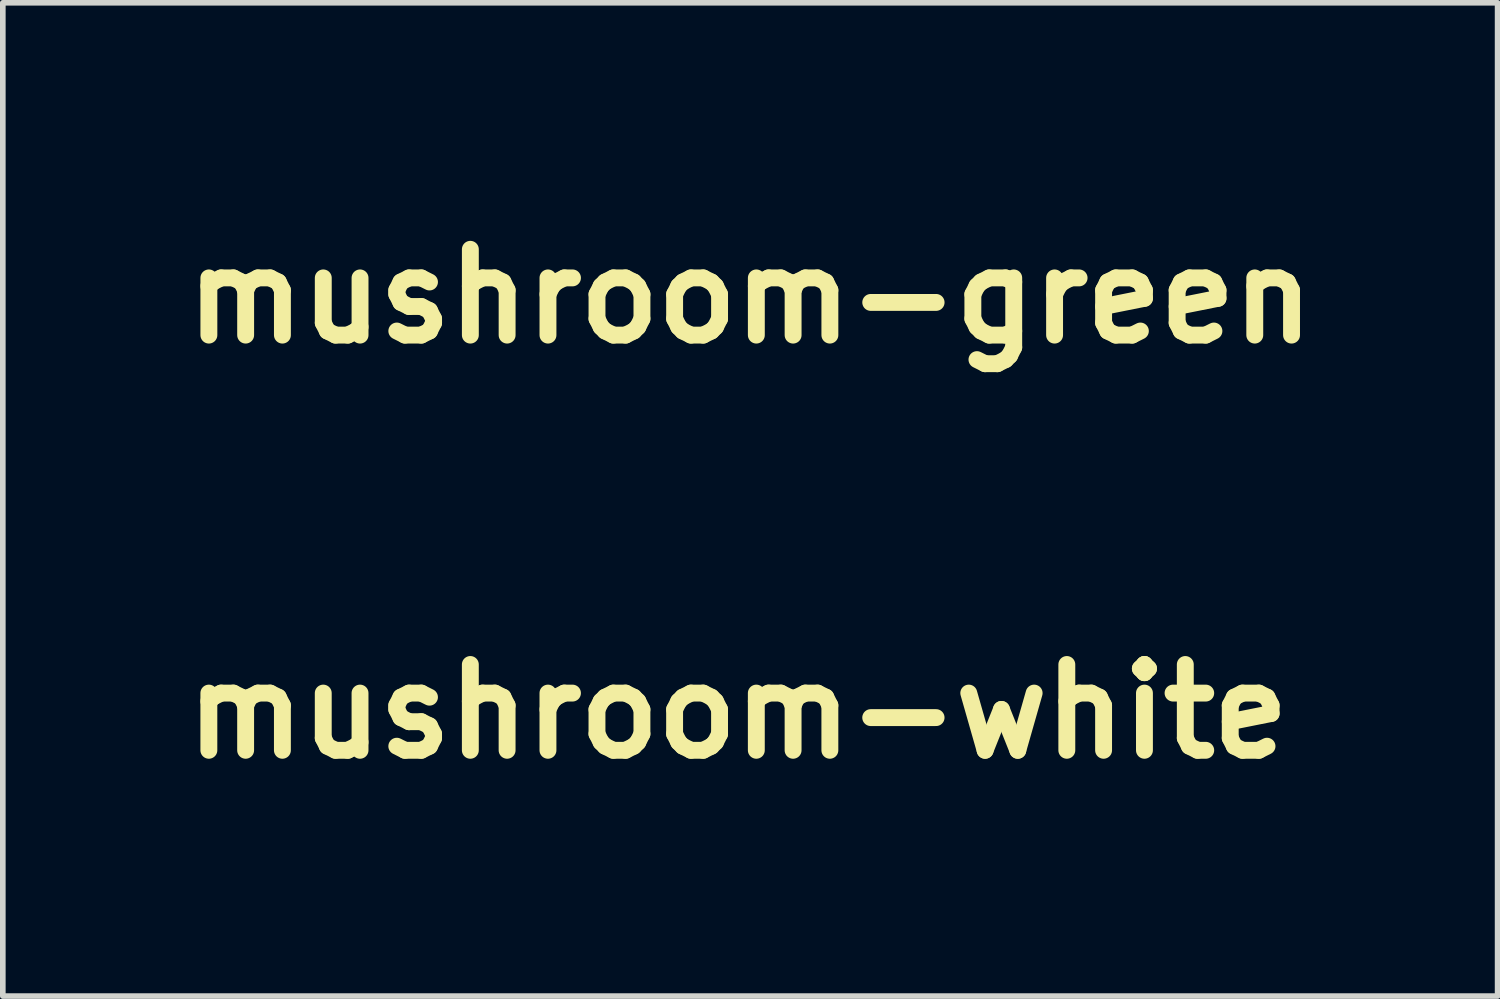
<source format=kicad_pcb>
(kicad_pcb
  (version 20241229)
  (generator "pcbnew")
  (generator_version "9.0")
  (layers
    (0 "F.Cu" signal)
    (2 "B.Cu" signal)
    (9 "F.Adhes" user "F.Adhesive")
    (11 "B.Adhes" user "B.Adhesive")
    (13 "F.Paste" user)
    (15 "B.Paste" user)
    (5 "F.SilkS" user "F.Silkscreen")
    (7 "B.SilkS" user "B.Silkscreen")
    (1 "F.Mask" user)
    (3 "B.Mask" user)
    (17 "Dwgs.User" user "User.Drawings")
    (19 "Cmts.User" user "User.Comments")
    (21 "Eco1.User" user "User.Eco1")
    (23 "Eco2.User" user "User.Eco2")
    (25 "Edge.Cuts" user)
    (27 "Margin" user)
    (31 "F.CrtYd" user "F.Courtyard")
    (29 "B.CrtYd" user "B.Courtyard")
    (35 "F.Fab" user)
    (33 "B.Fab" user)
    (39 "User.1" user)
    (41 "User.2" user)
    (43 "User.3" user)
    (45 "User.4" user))
  (footprint "mushroom-green"
    (layer "F.Cu")
    (at 10.276 2.213)
    (property "Reference" "mushroom-green" (at 0 0 0) (layer "F.SilkS") (effects (font (size 1.524 1.524) (thickness 0.3))))
    (attr through_hole)
    (fp_poly (pts (xy 0.381 -2.2) (xy 0.602 -2.174) (xy 0.781 -2.133) (xy 1.037 -2.042) (xy 1.273 -1.924) (xy 1.501 -1.774) (xy 1.69 -1.621) (xy 1.873 -1.439) (xy 2.026 -1.237) (xy 2.151 -1.009) (xy 2.251 -0.753) (xy 2.327 -0.465) (xy 2.366 -0.254) (xy 2.377 -0.154) (xy 2.385 -0.02) (xy 2.39 0.137) (xy 2.392 0.306) (xy 2.391 0.478) (xy 2.387 0.641) (xy 2.381 0.785) (xy 2.371 0.901) (xy 2.367 0.934) (xy 2.343 1.064) (xy 2.313 1.158) (xy 2.267 1.224) (xy 2.2 1.273) (xy 2.103 1.31) (xy 2.022 1.333) (xy 1.951 1.353) (xy 1.9 1.373) (xy 1.864 1.402) (xy 1.84 1.445) (xy 1.826 1.51) (xy 1.817 1.604) (xy 1.811 1.734) (xy 1.809 1.773) (xy 1.801 1.931) (xy 1.789 2.052) (xy 1.773 2.144) (xy 1.749 2.213) (xy 1.717 2.267) (xy 1.675 2.314) (xy 1.673 2.315) (xy 1.612 2.356) (xy 1.539 2.385) (xy 1.532 2.387) (xy 1.495 2.39) (xy 1.418 2.394) (xy 1.305 2.397) (xy 1.16 2.399) (xy 0.987 2.402) (xy 0.79 2.404) (xy 0.574 2.405) (xy 0.341 2.406) (xy 0.097 2.407) (xy 0.066 2.407) (xy -0.215 2.407) (xy -0.456 2.407) (xy -0.659 2.406) (xy -0.828 2.406) (xy -0.967 2.404) (xy -1.078 2.403) (xy -1.166 2.4) (xy -1.233 2.397) (xy -1.284 2.393) (xy -1.32 2.388) (xy -1.346 2.382) (xy -1.366 2.374) (xy -1.382 2.366) (xy -1.385 2.364) (xy -1.464 2.3) (xy -1.53 2.211) (xy -1.585 2.093) (xy -1.63 1.941) (xy -1.669 1.75) (xy -1.68 1.679) (xy -1.699 1.555) (xy -1.717 1.468) (xy -1.738 1.41) (xy -1.766 1.375) (xy -1.805 1.354) (xy -1.859 1.342) (xy -1.874 1.339) (xy -1.976 1.304) (xy -2.074 1.239) (xy -2.154 1.154) (xy -2.187 1.097) (xy -2.222 0.987) (xy -2.248 0.841) (xy -2.264 0.667) (xy -2.271 0.472) (xy -2.269 0.265) (xy -2.258 0.052) (xy -2.239 -0.159) (xy -2.211 -0.36) (xy -2.176 -0.543) (xy -2.14 -0.675) (xy -2.098 -0.793) (xy -2.038 -0.931) (xy -1.968 -1.076) (xy -1.896 -1.21) (xy -1.829 -1.32) (xy -1.826 -1.325) (xy -1.666 -1.523) (xy -1.472 -1.704) (xy -1.25 -1.863) (xy -1.009 -1.993) (xy -0.806 -2.074) (xy -0.593 -2.132) (xy -0.357 -2.174) (xy -0.109 -2.2) (xy 0.141 -2.208) (xy 0.381 -2.2)) (stroke (width 0.01) (type solid)) (fill no) (layer "Eco1.User")))
  (footprint "mushroom-white"
    (layer "F.Cu")
    (at 10.058 9.588)
    (property "Reference" "mushroom-white" (at 0 0 0) (layer "F.SilkS") (effects (font (size 1.524 1.524) (thickness 0.3))))
    (attr through_hole)
    (fp_poly (pts (xy -0.407 -1.943) (xy -0.35 -1.899) (xy -0.318 -1.82) (xy -0.309 -1.711) (xy -0.325 -1.541) (xy -0.37 -1.4) (xy -0.444 -1.291) (xy -0.547 -1.214) (xy -0.627 -1.182) (xy -0.739 -1.158) (xy -0.863 -1.143) (xy -0.985 -1.138) (xy -1.087 -1.143) (xy -1.133 -1.152) (xy -1.202 -1.183) (xy -1.274 -1.231) (xy -1.293 -1.247) (xy -1.343 -1.303) (xy -1.365 -1.355) (xy -1.369 -1.409) (xy -1.365 -1.462) (xy -1.348 -1.504) (xy -1.31 -1.55) (xy -1.262 -1.594) (xy -1.178 -1.658) (xy -1.064 -1.729) (xy -0.933 -1.799) (xy -0.797 -1.863) (xy -0.67 -1.913) (xy -0.605 -1.933) (xy -0.491 -1.954) (xy -0.407 -1.943)) (stroke (width 0.01) (type solid)) (fill no) (layer "Eco1.User"))
    (fp_poly (pts (xy -1.453 -1.084) (xy -1.359 -1.025) (xy -1.283 -0.928) (xy -1.226 -0.793) (xy -1.19 -0.623) (xy -1.174 -0.418) (xy -1.175 -0.242) (xy -1.186 -0.089) (xy -1.205 0.031) (xy -1.239 0.123) (xy -1.293 0.191) (xy -1.371 0.24) (xy -1.479 0.275) (xy -1.621 0.301) (xy -1.779 0.319) (xy -1.874 0.323) (xy -1.935 0.313) (xy -1.951 0.304) (xy -1.988 0.256) (xy -2.011 0.177) (xy -2.019 0.064) (xy -2.013 -0.087) (xy -2.008 -0.144) (xy -1.984 -0.346) (xy -1.952 -0.517) (xy -1.909 -0.669) (xy -1.852 -0.815) (xy -1.843 -0.833) (xy -1.784 -0.95) (xy -1.73 -1.031) (xy -1.673 -1.079) (xy -1.61 -1.101) (xy -1.566 -1.104) (xy -1.453 -1.084)) (stroke (width 0.01) (type solid)) (fill no) (layer "Eco1.User"))
    (fp_poly (pts (xy 0.515 -1.934) (xy 0.648 -1.888) (xy 0.807 -1.819) (xy 0.895 -1.777) (xy 1.057 -1.691) (xy 1.178 -1.611) (xy 1.258 -1.537) (xy 1.298 -1.467) (xy 1.303 -1.431) (xy 1.285 -1.332) (xy 1.235 -1.243) (xy 1.169 -1.184) (xy 1.102 -1.16) (xy 1.006 -1.143) (xy 0.897 -1.135) (xy 0.788 -1.137) (xy 0.695 -1.15) (xy 0.694 -1.15) (xy 0.58 -1.192) (xy 0.464 -1.259) (xy 0.362 -1.339) (xy 0.299 -1.41) (xy 0.264 -1.464) (xy 0.244 -1.512) (xy 0.235 -1.569) (xy 0.234 -1.652) (xy 0.234 -1.675) (xy 0.24 -1.795) (xy 0.259 -1.878) (xy 0.291 -1.93) (xy 0.339 -1.956) (xy 0.341 -1.956) (xy 0.412 -1.957) (xy 0.515 -1.934)) (stroke (width 0.01) (type solid)) (fill no) (layer "Eco1.User"))
    (fp_poly (pts (xy 1.562 -1.072) (xy 1.631 -1.036) (xy 1.704 -0.969) (xy 1.772 -0.879) (xy 1.825 -0.778) (xy 1.833 -0.758) (xy 1.876 -0.628) (xy 1.916 -0.481) (xy 1.95 -0.326) (xy 1.978 -0.173) (xy 1.997 -0.031) (xy 2.005 0.089) (xy 2.002 0.179) (xy 2 0.189) (xy 1.979 0.25) (xy 1.935 0.288) (xy 1.91 0.3) (xy 1.851 0.319) (xy 1.789 0.327) (xy 1.71 0.323) (xy 1.602 0.308) (xy 1.595 0.307) (xy 1.453 0.268) (xy 1.34 0.202) (xy 1.253 0.107) (xy 1.192 -0.02) (xy 1.155 -0.181) (xy 1.14 -0.378) (xy 1.14 -0.42) (xy 1.15 -0.613) (xy 1.181 -0.776) (xy 1.231 -0.907) (xy 1.299 -1.003) (xy 1.384 -1.062) (xy 1.483 -1.082) (xy 1.562 -1.072)) (stroke (width 0.01) (type solid)) (fill no) (layer "Eco1.User"))
    (fp_poly (pts (xy 0.072 -0.834) (xy 0.211 -0.827) (xy 0.316 -0.817) (xy 0.399 -0.803) (xy 0.469 -0.783) (xy 0.49 -0.775) (xy 0.616 -0.708) (xy 0.714 -0.616) (xy 0.783 -0.494) (xy 0.827 -0.34) (xy 0.845 -0.153) (xy 0.846 -0.1) (xy 0.838 0.075) (xy 0.812 0.215) (xy 0.765 0.325) (xy 0.695 0.41) (xy 0.6 0.478) (xy 0.574 0.491) (xy 0.446 0.538) (xy 0.285 0.571) (xy 0.101 0.589) (xy -0.097 0.592) (xy -0.299 0.579) (xy -0.347 0.573) (xy -0.516 0.534) (xy -0.654 0.468) (xy -0.759 0.375) (xy -0.829 0.257) (xy -0.843 0.216) (xy -0.855 0.155) (xy -0.864 0.063) (xy -0.87 -0.045) (xy -0.871 -0.133) (xy -0.871 -0.25) (xy -0.866 -0.334) (xy -0.856 -0.398) (xy -0.84 -0.453) (xy -0.822 -0.496) (xy -0.773 -0.59) (xy -0.723 -0.655) (xy -0.658 -0.705) (xy -0.596 -0.74) (xy -0.485 -0.786) (xy -0.359 -0.817) (xy -0.211 -0.833) (xy -0.032 -0.837) (xy 0.072 -0.834)) (stroke (width 0.01) (type solid)) (fill no) (layer "Eco1.User"))
    (fp_poly (pts (xy 0.947 0.912) (xy 1.045 0.931) (xy 1.122 0.969) (xy 1.186 1.028) (xy 1.2 1.044) (xy 1.304 1.199) (xy 1.372 1.367) (xy 1.407 1.554) (xy 1.412 1.696) (xy 1.402 1.839) (xy 1.374 1.943) (xy 1.329 2.009) (xy 1.307 2.023) (xy 1.276 2.028) (xy 1.206 2.032) (xy 1.101 2.036) (xy 0.967 2.04) (xy 0.809 2.043) (xy 0.631 2.045) (xy 0.438 2.047) (xy 0.237 2.049) (xy 0.03 2.05) (xy -0.176 2.05) (xy -0.378 2.05) (xy -0.568 2.049) (xy -0.744 2.048) (xy -0.9 2.046) (xy -1.031 2.043) (xy -1.132 2.04) (xy -1.198 2.036) (xy -1.208 2.034) (xy -1.317 2.006) (xy -1.392 1.951) (xy -1.441 1.864) (xy -1.456 1.807) (xy -1.478 1.629) (xy -1.46 1.461) (xy -1.403 1.297) (xy -1.305 1.132) (xy -1.232 1.037) (xy -1.164 0.974) (xy -1.087 0.938) (xy -0.991 0.92) (xy -0.879 0.917) (xy -0.765 0.92) (xy -0.69 0.931) (xy -0.659 0.944) (xy -0.645 0.98) (xy -0.632 1.053) (xy -0.621 1.155) (xy -0.619 1.198) (xy -0.612 1.296) (xy -0.603 1.378) (xy -0.594 1.435) (xy -0.589 1.452) (xy -0.557 1.469) (xy -0.495 1.479) (xy -0.464 1.48) (xy -0.394 1.474) (xy -0.348 1.46) (xy -0.339 1.452) (xy -0.33 1.42) (xy -0.322 1.353) (xy -0.313 1.265) (xy -0.309 1.198) (xy -0.3 1.088) (xy -0.288 1.004) (xy -0.274 0.953) (xy -0.269 0.944) (xy -0.232 0.929) (xy -0.161 0.917) (xy -0.065 0.909) (xy -0.054 0.909) (xy 0.063 0.906) (xy 0.143 0.915) (xy 0.195 0.941) (xy 0.225 0.991) (xy 0.242 1.072) (xy 0.253 1.185) (xy 0.261 1.282) (xy 0.272 1.365) (xy 0.284 1.423) (xy 0.29 1.44) (xy 0.325 1.467) (xy 0.386 1.48) (xy 0.453 1.479) (xy 0.509 1.463) (xy 0.529 1.447) (xy 0.542 1.412) (xy 0.554 1.344) (xy 0.564 1.253) (xy 0.569 1.192) (xy 0.577 1.075) (xy 0.592 0.995) (xy 0.619 0.945) (xy 0.664 0.918) (xy 0.734 0.907) (xy 0.817 0.906) (xy 0.947 0.912)) (stroke (width 0.01) (type solid)) (fill no) (layer "Eco1.User")))
  (gr_rect
    (start -3 -3)
    (end 23.552 14.643)
    (stroke (width 0.1) (type default))
    (fill no)
    (layer "Edge.Cuts")))
</source>
